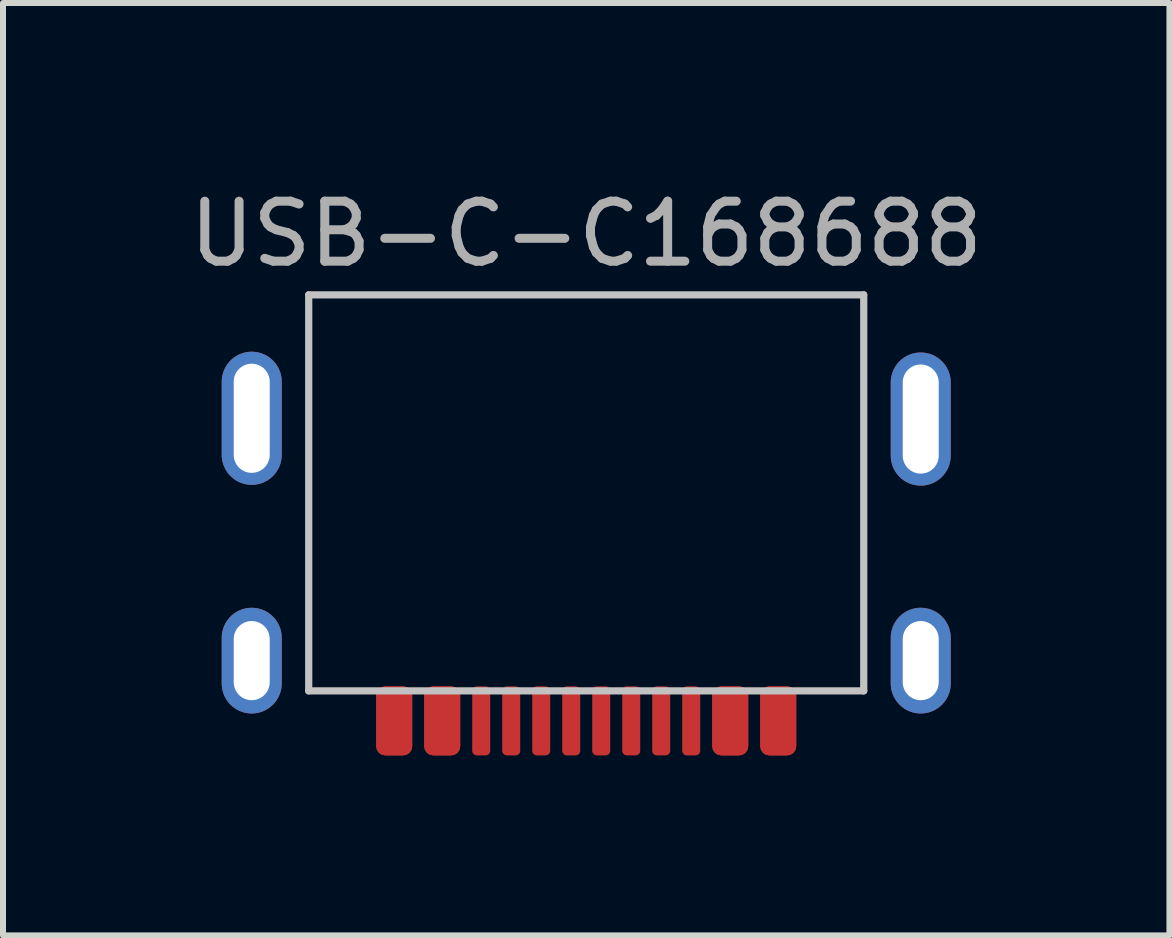
<source format=kicad_pcb>
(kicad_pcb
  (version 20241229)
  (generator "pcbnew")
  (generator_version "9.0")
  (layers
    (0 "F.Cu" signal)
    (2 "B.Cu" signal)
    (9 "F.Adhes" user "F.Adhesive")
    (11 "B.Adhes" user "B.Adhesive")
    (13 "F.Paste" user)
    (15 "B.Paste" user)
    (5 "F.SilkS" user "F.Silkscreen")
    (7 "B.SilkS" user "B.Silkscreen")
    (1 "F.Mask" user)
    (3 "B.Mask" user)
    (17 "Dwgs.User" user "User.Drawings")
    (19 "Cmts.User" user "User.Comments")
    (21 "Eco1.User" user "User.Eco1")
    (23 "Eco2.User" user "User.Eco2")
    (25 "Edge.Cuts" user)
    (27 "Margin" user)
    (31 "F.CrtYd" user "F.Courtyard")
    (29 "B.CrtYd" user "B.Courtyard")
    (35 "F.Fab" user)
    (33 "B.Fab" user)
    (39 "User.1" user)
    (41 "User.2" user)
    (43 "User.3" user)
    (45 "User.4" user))
  (footprint "USB-C-C168688"
    (layer "F.Cu")
    (at 6.72 5.964)
    (property "Reference" "USB-C-C168688" (at 0 -5.116 0) (unlocked yes) (layer "F.Fab") (effects (font (size 1 1) (thickness 0.15))))
    (attr through_hole)
    (fp_line (start -4.625 -4.1) (end -4.625 2.5) (stroke (width 0.12) (type solid)) (layer "Dwgs.User"))
    (fp_line (start -4.625 -4.1) (end 4.625 -4.1) (stroke (width 0.12) (type solid)) (layer "Dwgs.User"))
    (fp_line (start -4.625 2.5) (end 4.625 2.5) (stroke (width 0.12) (type solid)) (layer "Dwgs.User"))
    (fp_line (start 4.625 -4.1) (end 4.625 2.5) (stroke (width 0.12) (type solid)) (layer "Dwgs.User"))
    (pad "" thru_hole oval (at -5.575 -2.043) (size 1 2.219) (drill oval 0.6 1.819) (layers "*.Cu" "*.Mask"))
    (pad "" thru_hole oval (at 5.575 -2.03) (size 1 2.219) (drill oval 0.6 1.819) (layers "*.Cu" "*.Mask"))
    (pad "A1" smd roundrect (at 3.2 3 180) (size 0.6 1.15) (layers "F.Cu" "F.Mask" "F.Paste") (roundrect_rratio 0.25))
    (pad "A4" smd roundrect (at 2.4 3 180) (size 0.6 1.15) (layers "F.Cu" "F.Mask" "F.Paste") (roundrect_rratio 0.25))
    (pad "A5" smd roundrect (at 1.25 3 180) (size 0.3 1.15) (layers "F.Cu" "F.Mask" "F.Paste") (roundrect_rratio 0.25))
    (pad "A6" smd roundrect (at 0.25 3 180) (size 0.3 1.15) (layers "F.Cu" "F.Mask" "F.Paste") (roundrect_rratio 0.25))
    (pad "A7" smd roundrect (at -0.25 3 180) (size 0.3 1.15) (layers "F.Cu" "F.Mask" "F.Paste") (roundrect_rratio 0.25))
    (pad "A8" smd roundrect (at -1.25 3 180) (size 0.3 1.15) (layers "F.Cu" "F.Mask" "F.Paste") (roundrect_rratio 0.25))
    (pad "A9" smd roundrect (at -2.4 3 180) (size 0.6 1.15) (layers "F.Cu" "F.Mask" "F.Paste") (roundrect_rratio 0.25))
    (pad "A12" smd roundrect (at -3.2 3 180) (size 0.6 1.15) (layers "F.Cu" "F.Mask" "F.Paste") (roundrect_rratio 0.25))
    (pad "B1" smd roundrect (at -3.2 3 180) (size 0.6 1.15) (layers "F.Cu" "F.Mask" "F.Paste") (roundrect_rratio 0.25))
    (pad "B4" smd roundrect (at -2.4 3 180) (size 0.6 1.15) (layers "F.Cu" "F.Mask" "F.Paste") (roundrect_rratio 0.25))
    (pad "B5" smd roundrect (at -1.75 3 180) (size 0.3 1.15) (layers "F.Cu" "F.Mask" "F.Paste") (roundrect_rratio 0.25))
    (pad "B6" smd roundrect (at -0.75 3 180) (size 0.3 1.15) (layers "F.Cu" "F.Mask" "F.Paste") (roundrect_rratio 0.25))
    (pad "B7" smd roundrect (at 0.75 3 180) (size 0.3 1.15) (layers "F.Cu" "F.Mask" "F.Paste") (roundrect_rratio 0.25))
    (pad "B8" smd roundrect (at 1.75 3 180) (size 0.3 1.15) (layers "F.Cu" "F.Mask" "F.Paste") (roundrect_rratio 0.25))
    (pad "B9" smd roundrect (at 2.4 3 180) (size 0.6 1.15) (layers "F.Cu" "F.Mask" "F.Paste") (roundrect_rratio 0.25))
    (pad "B12" smd roundrect (at 3.2 3 180) (size 0.6 1.15) (layers "F.Cu" "F.Mask" "F.Paste") (roundrect_rratio 0.25))
    (pad "S1" thru_hole oval (at -5.575 1.996) (size 1 1.762) (drill oval 0.6 1.319) (layers "*.Cu" "*.Mask"))
    (pad "S1" thru_hole oval (at 5.575 1.996) (size 1 1.762) (drill oval 0.6 1.319) (layers "*.Cu" "*.Mask")))
  (gr_rect
    (start -3 -3)
    (end 16.44 12.539)
    (stroke (width 0.1) (type default))
    (fill no)
    (layer "Edge.Cuts")))
</source>
